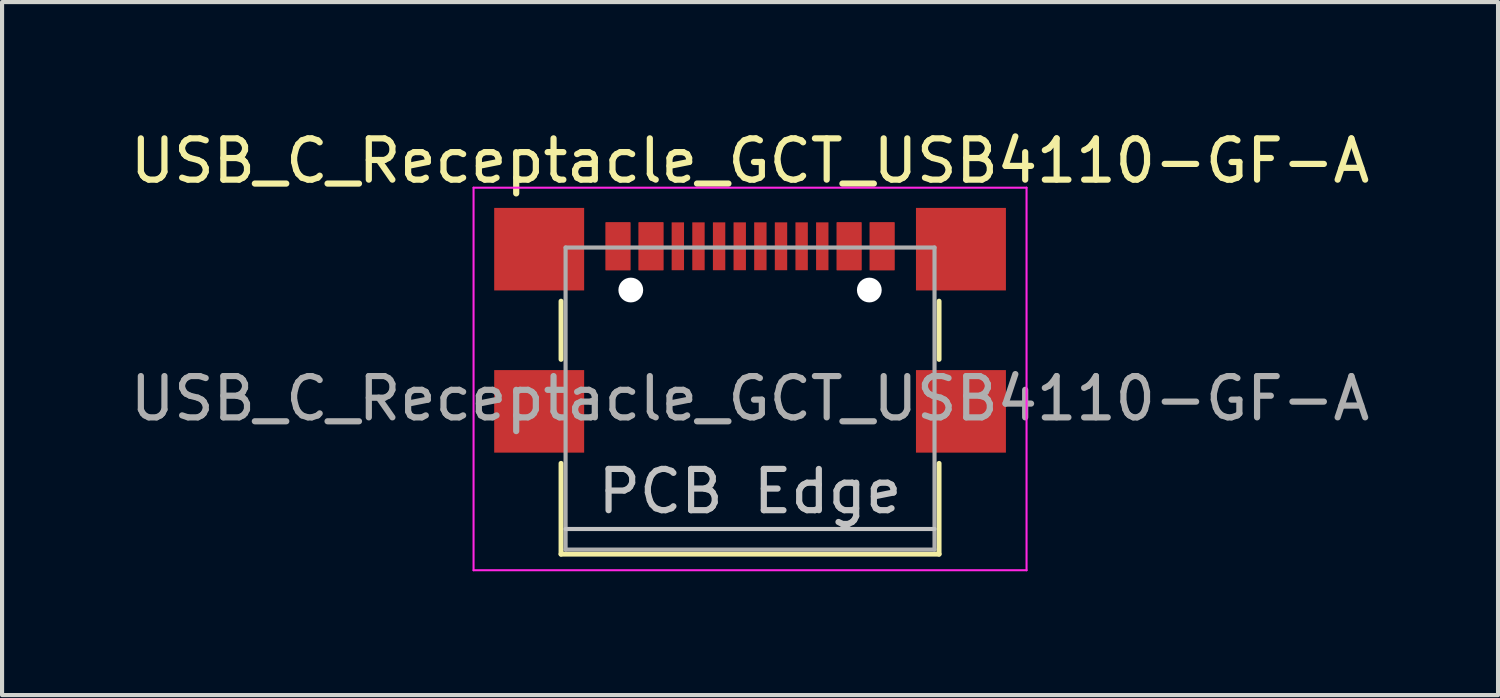
<source format=kicad_pcb>
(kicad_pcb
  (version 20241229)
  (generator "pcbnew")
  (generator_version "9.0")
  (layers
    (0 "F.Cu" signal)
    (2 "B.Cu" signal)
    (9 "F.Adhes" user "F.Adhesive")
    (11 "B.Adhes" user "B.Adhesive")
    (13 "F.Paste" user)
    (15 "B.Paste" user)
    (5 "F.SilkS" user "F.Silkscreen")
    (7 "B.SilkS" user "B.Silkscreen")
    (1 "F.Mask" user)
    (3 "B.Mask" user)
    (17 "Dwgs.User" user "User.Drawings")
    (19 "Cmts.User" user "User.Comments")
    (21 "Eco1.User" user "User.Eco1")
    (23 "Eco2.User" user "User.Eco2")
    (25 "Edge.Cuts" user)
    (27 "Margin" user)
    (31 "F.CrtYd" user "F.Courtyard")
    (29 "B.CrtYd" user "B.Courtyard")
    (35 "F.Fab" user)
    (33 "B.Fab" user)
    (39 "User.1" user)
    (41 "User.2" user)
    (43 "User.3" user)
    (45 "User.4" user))
  (footprint "USB_C_Receptacle_GCT_USB4110-GF-A"
    (layer "F.Cu")
    (at 15.125 5.428)
    (property "Reference" "USB_C_Receptacle_GCT_USB4110-GF-A" (at 0 -4.58 0) (layer "F.SilkS") (effects (font (size 1 1) (thickness 0.15))))
    (attr smd)
    (fp_line (start -4.58 -1.18) (end -4.58 0.23) (stroke (width 0.12) (type solid)) (layer "F.SilkS"))
    (fp_line (start -4.58 4.95) (end -4.58 2.75) (stroke (width 0.12) (type solid)) (layer "F.SilkS"))
    (fp_line (start 4.58 -1.18) (end 4.58 0.23) (stroke (width 0.12) (type solid)) (layer "F.SilkS"))
    (fp_line (start 4.58 4.95) (end -4.58 4.95) (stroke (width 0.12) (type solid)) (layer "F.SilkS"))
    (fp_line (start 4.58 4.95) (end 4.58 2.75) (stroke (width 0.12) (type solid)) (layer "F.SilkS"))
    (fp_line (start -4.47 4.34) (end 4.47 4.34) (stroke (width 0.1) (type solid)) (layer "Dwgs.User"))
    (fp_line (start -6.7 -3.93) (end -6.7 5.34) (stroke (width 0.05) (type solid)) (layer "F.CrtYd"))
    (fp_line (start -6.7 5.34) (end 6.7 5.34) (stroke (width 0.05) (type solid)) (layer "F.CrtYd"))
    (fp_line (start 6.7 -3.93) (end -6.7 -3.93) (stroke (width 0.05) (type solid)) (layer "F.CrtYd"))
    (fp_line (start 6.7 5.34) (end 6.7 -3.93) (stroke (width 0.05) (type solid)) (layer "F.CrtYd"))
    (fp_line (start -4.47 -2.48) (end -4.47 4.84) (stroke (width 0.1) (type solid)) (layer "F.Fab"))
    (fp_line (start -4.47 -2.48) (end 4.47 -2.48) (stroke (width 0.1) (type solid)) (layer "F.Fab"))
    (fp_line (start 4.47 -2.48) (end 4.47 4.84) (stroke (width 0.1) (type solid)) (layer "F.Fab"))
    (fp_line (start 4.47 4.84) (end -4.47 4.84) (stroke (width 0.1) (type solid)) (layer "F.Fab"))
    (fp_text user "PCB Edge" (at 0 3.43 0) (layer "Dwgs.User") (effects (font (size 1 1) (thickness 0.15))))
    (fp_text user "${REFERENCE}" (at 0 1.18 0) (layer "F.Fab") (effects (font (size 1 1) (thickness 0.15))))
    (pad "" np_thru_hole circle (at -2.89 -1.45 180) (size 0.6 0.6) (drill 0.6) (layers "*.Cu" "*.Mask"))
    (pad "" np_thru_hole circle (at 2.89 -1.45 180) (size 0.6 0.6) (drill 0.6) (layers "*.Cu" "*.Mask"))
    (pad "A1" smd rect (at -3.2 -2.51) (size 0.6 1.16) (layers "F.Cu" "F.Mask" "F.Paste"))
    (pad "A4" smd rect (at -2.4 -2.51) (size 0.6 1.16) (layers "F.Cu" "F.Mask" "F.Paste"))
    (pad "A5" smd rect (at -1.25 -2.51 180) (size 0.3 1.16) (layers "F.Cu" "F.Mask" "F.Paste"))
    (pad "A6" smd rect (at -0.25 -2.51 180) (size 0.3 1.16) (layers "F.Cu" "F.Mask" "F.Paste"))
    (pad "A7" smd rect (at 0.25 -2.51 180) (size 0.3 1.16) (layers "F.Cu" "F.Mask" "F.Paste"))
    (pad "A8" smd rect (at 1.25 -2.51 180) (size 0.3 1.16) (layers "F.Cu" "F.Mask" "F.Paste"))
    (pad "A9" smd rect (at 2.4 -2.51) (size 0.6 1.16) (layers "F.Cu" "F.Mask" "F.Paste"))
    (pad "A12" smd rect (at 3.2 -2.51) (size 0.6 1.16) (layers "F.Cu" "F.Mask" "F.Paste"))
    (pad "B1" smd rect (at 3.2 -2.51) (size 0.6 1.16) (layers "F.Cu" "F.Mask" "F.Paste"))
    (pad "B4" smd rect (at 2.4 -2.51) (size 0.6 1.16) (layers "F.Cu" "F.Mask" "F.Paste"))
    (pad "B5" smd rect (at 1.75 -2.51 180) (size 0.3 1.16) (layers "F.Cu" "F.Mask" "F.Paste"))
    (pad "B6" smd rect (at 0.75 -2.51 180) (size 0.3 1.16) (layers "F.Cu" "F.Mask" "F.Paste"))
    (pad "B7" smd rect (at -0.75 -2.51 180) (size 0.3 1.16) (layers "F.Cu" "F.Mask" "F.Paste"))
    (pad "B8" smd rect (at -1.75 -2.51 180) (size 0.3 1.16) (layers "F.Cu" "F.Mask" "F.Paste"))
    (pad "B9" smd rect (at -2.4 -2.51) (size 0.6 1.16) (layers "F.Cu" "F.Mask" "F.Paste"))
    (pad "B12" smd rect (at -3.2 -2.51) (size 0.6 1.16) (layers "F.Cu" "F.Mask" "F.Paste"))
    (pad "S1" smd rect (at -5.11 -2.44) (size 2.18 2) (layers "F.Cu" "F.Mask" "F.Paste"))
    (pad "S1" smd rect (at -5.11 1.49) (size 2.18 2) (layers "F.Cu" "F.Mask" "F.Paste"))
    (pad "S1" smd rect (at 5.11 -2.44) (size 2.18 2) (layers "F.Cu" "F.Mask" "F.Paste"))
    (pad "S1" smd rect (at 5.11 1.49) (size 2.18 2) (layers "F.Cu" "F.Mask" "F.Paste")))
  (gr_rect
    (start -3 -3)
    (end 33.25 13.793)
    (stroke (width 0.1) (type default))
    (fill no)
    (layer "Edge.Cuts")))
</source>
